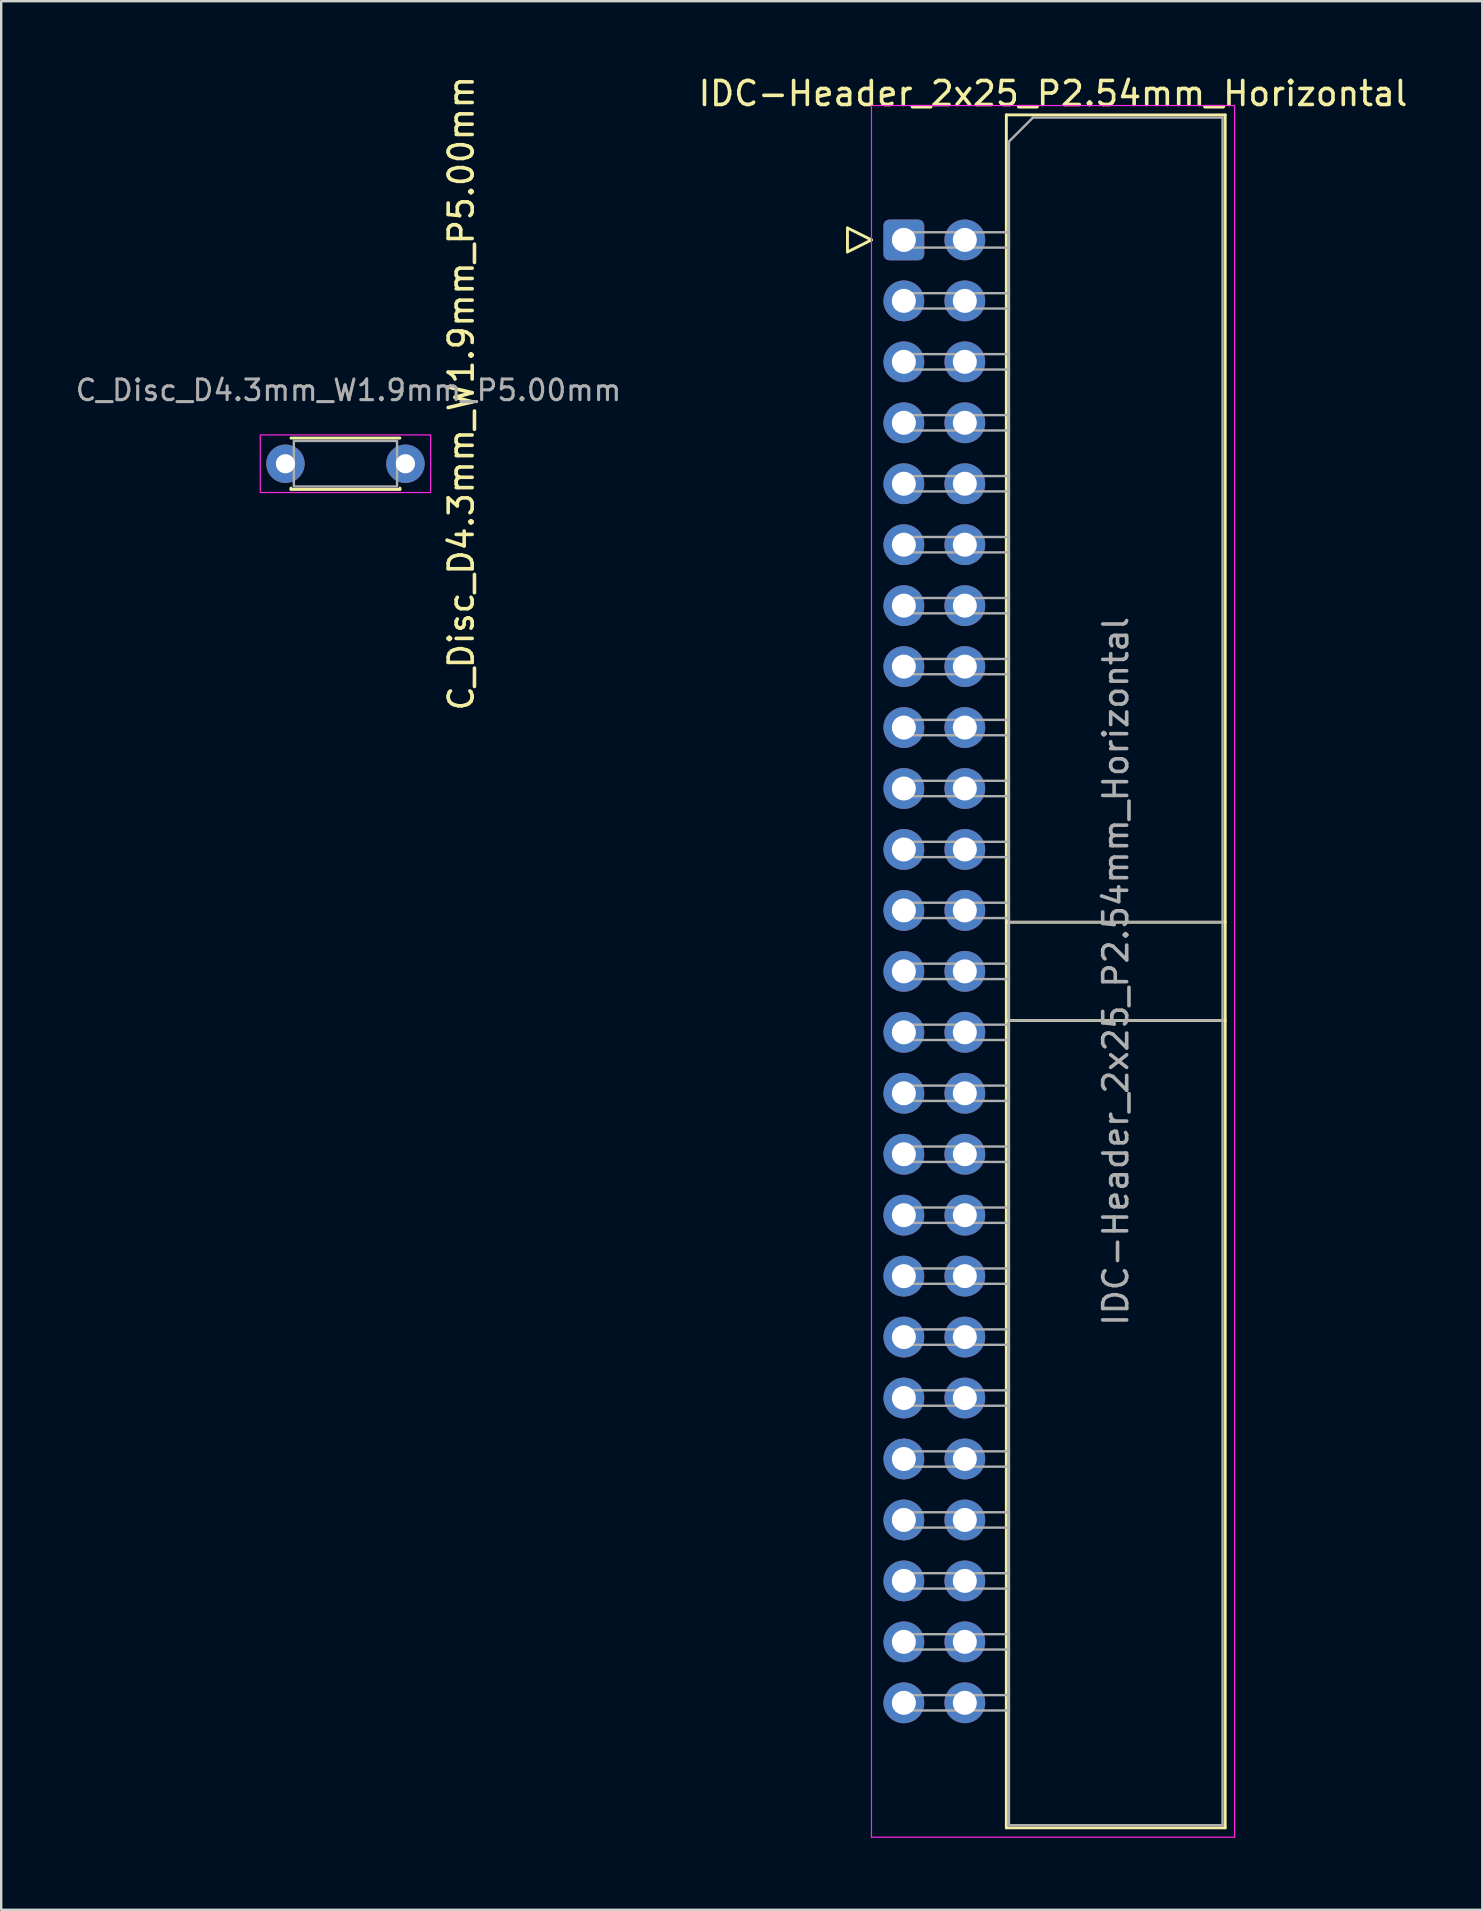
<source format=kicad_pcb>
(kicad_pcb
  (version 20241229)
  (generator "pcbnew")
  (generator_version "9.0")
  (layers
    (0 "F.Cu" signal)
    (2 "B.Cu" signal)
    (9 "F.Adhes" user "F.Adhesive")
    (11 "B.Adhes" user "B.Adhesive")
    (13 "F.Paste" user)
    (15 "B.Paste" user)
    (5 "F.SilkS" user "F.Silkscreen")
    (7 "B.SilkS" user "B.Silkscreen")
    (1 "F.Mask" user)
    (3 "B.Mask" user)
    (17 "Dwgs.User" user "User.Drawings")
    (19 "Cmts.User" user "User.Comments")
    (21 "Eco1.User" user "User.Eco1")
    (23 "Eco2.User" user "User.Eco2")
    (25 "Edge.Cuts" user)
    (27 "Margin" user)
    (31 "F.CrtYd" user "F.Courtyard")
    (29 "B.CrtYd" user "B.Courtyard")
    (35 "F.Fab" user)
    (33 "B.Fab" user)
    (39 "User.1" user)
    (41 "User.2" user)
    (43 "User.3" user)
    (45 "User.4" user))
  (footprint "IDC-Header_2x25_P2.54mm_Horizontal"
    (layer "F.Cu")
    (at 34.615 6.948)
    (property "Reference" "IDC-Header_2x25_P2.54mm_Horizontal" (at 6.215 -6.1 0) (layer "F.SilkS") (effects (font (size 1 1) (thickness 0.15))))
    (attr through_hole)
    (fp_line (start -2.35 -0.5) (end -2.35 0.5) (stroke (width 0.12) (type solid)) (layer "F.SilkS"))
    (fp_line (start -2.35 0.5) (end -1.35 0) (stroke (width 0.12) (type solid)) (layer "F.SilkS"))
    (fp_line (start -1.35 0) (end -2.35 -0.5) (stroke (width 0.12) (type solid)) (layer "F.SilkS"))
    (fp_line (start 4.27 -5.21) (end 13.39 -5.21) (stroke (width 0.12) (type solid)) (layer "F.SilkS"))
    (fp_line (start 4.27 28.43) (end 13.39 28.43) (stroke (width 0.12) (type solid)) (layer "F.SilkS"))
    (fp_line (start 4.27 32.53) (end 13.39 32.53) (stroke (width 0.12) (type solid)) (layer "F.SilkS"))
    (fp_line (start 4.27 66.17) (end 4.27 -5.21) (stroke (width 0.12) (type solid)) (layer "F.SilkS"))
    (fp_line (start 13.39 -5.21) (end 13.39 66.17) (stroke (width 0.12) (type solid)) (layer "F.SilkS"))
    (fp_line (start 13.39 66.17) (end 4.27 66.17) (stroke (width 0.12) (type solid)) (layer "F.SilkS"))
    (fp_line (start -1.35 -5.6) (end -1.35 66.56) (stroke (width 0.05) (type solid)) (layer "F.CrtYd"))
    (fp_line (start -1.35 66.56) (end 13.78 66.56) (stroke (width 0.05) (type solid)) (layer "F.CrtYd"))
    (fp_line (start 13.78 -5.6) (end -1.35 -5.6) (stroke (width 0.05) (type solid)) (layer "F.CrtYd"))
    (fp_line (start 13.78 66.56) (end 13.78 -5.6) (stroke (width 0.05) (type solid)) (layer "F.CrtYd"))
    (fp_line (start -0.32 -0.32) (end -0.32 0.32) (stroke (width 0.1) (type solid)) (layer "F.Fab"))
    (fp_line (start -0.32 0.32) (end 4.38 0.32) (stroke (width 0.1) (type solid)) (layer "F.Fab"))
    (fp_line (start -0.32 2.22) (end -0.32 2.86) (stroke (width 0.1) (type solid)) (layer "F.Fab"))
    (fp_line (start -0.32 2.86) (end 4.38 2.86) (stroke (width 0.1) (type solid)) (layer "F.Fab"))
    (fp_line (start -0.32 4.76) (end -0.32 5.4) (stroke (width 0.1) (type solid)) (layer "F.Fab"))
    (fp_line (start -0.32 5.4) (end 4.38 5.4) (stroke (width 0.1) (type solid)) (layer "F.Fab"))
    (fp_line (start -0.32 7.3) (end -0.32 7.94) (stroke (width 0.1) (type solid)) (layer "F.Fab"))
    (fp_line (start -0.32 7.94) (end 4.38 7.94) (stroke (width 0.1) (type solid)) (layer "F.Fab"))
    (fp_line (start -0.32 9.84) (end -0.32 10.48) (stroke (width 0.1) (type solid)) (layer "F.Fab"))
    (fp_line (start -0.32 10.48) (end 4.38 10.48) (stroke (width 0.1) (type solid)) (layer "F.Fab"))
    (fp_line (start -0.32 12.38) (end -0.32 13.02) (stroke (width 0.1) (type solid)) (layer "F.Fab"))
    (fp_line (start -0.32 13.02) (end 4.38 13.02) (stroke (width 0.1) (type solid)) (layer "F.Fab"))
    (fp_line (start -0.32 14.92) (end -0.32 15.56) (stroke (width 0.1) (type solid)) (layer "F.Fab"))
    (fp_line (start -0.32 15.56) (end 4.38 15.56) (stroke (width 0.1) (type solid)) (layer "F.Fab"))
    (fp_line (start -0.32 17.46) (end -0.32 18.1) (stroke (width 0.1) (type solid)) (layer "F.Fab"))
    (fp_line (start -0.32 18.1) (end 4.38 18.1) (stroke (width 0.1) (type solid)) (layer "F.Fab"))
    (fp_line (start -0.32 20) (end -0.32 20.64) (stroke (width 0.1) (type solid)) (layer "F.Fab"))
    (fp_line (start -0.32 20.64) (end 4.38 20.64) (stroke (width 0.1) (type solid)) (layer "F.Fab"))
    (fp_line (start -0.32 22.54) (end -0.32 23.18) (stroke (width 0.1) (type solid)) (layer "F.Fab"))
    (fp_line (start -0.32 23.18) (end 4.38 23.18) (stroke (width 0.1) (type solid)) (layer "F.Fab"))
    (fp_line (start -0.32 25.08) (end -0.32 25.72) (stroke (width 0.1) (type solid)) (layer "F.Fab"))
    (fp_line (start -0.32 25.72) (end 4.38 25.72) (stroke (width 0.1) (type solid)) (layer "F.Fab"))
    (fp_line (start -0.32 27.62) (end -0.32 28.26) (stroke (width 0.1) (type solid)) (layer "F.Fab"))
    (fp_line (start -0.32 28.26) (end 4.38 28.26) (stroke (width 0.1) (type solid)) (layer "F.Fab"))
    (fp_line (start -0.32 30.16) (end -0.32 30.8) (stroke (width 0.1) (type solid)) (layer "F.Fab"))
    (fp_line (start -0.32 30.8) (end 4.38 30.8) (stroke (width 0.1) (type solid)) (layer "F.Fab"))
    (fp_line (start -0.32 32.7) (end -0.32 33.34) (stroke (width 0.1) (type solid)) (layer "F.Fab"))
    (fp_line (start -0.32 33.34) (end 4.38 33.34) (stroke (width 0.1) (type solid)) (layer "F.Fab"))
    (fp_line (start -0.32 35.24) (end -0.32 35.88) (stroke (width 0.1) (type solid)) (layer "F.Fab"))
    (fp_line (start -0.32 35.88) (end 4.38 35.88) (stroke (width 0.1) (type solid)) (layer "F.Fab"))
    (fp_line (start -0.32 37.78) (end -0.32 38.42) (stroke (width 0.1) (type solid)) (layer "F.Fab"))
    (fp_line (start -0.32 38.42) (end 4.38 38.42) (stroke (width 0.1) (type solid)) (layer "F.Fab"))
    (fp_line (start -0.32 40.32) (end -0.32 40.96) (stroke (width 0.1) (type solid)) (layer "F.Fab"))
    (fp_line (start -0.32 40.96) (end 4.38 40.96) (stroke (width 0.1) (type solid)) (layer "F.Fab"))
    (fp_line (start -0.32 42.86) (end -0.32 43.5) (stroke (width 0.1) (type solid)) (layer "F.Fab"))
    (fp_line (start -0.32 43.5) (end 4.38 43.5) (stroke (width 0.1) (type solid)) (layer "F.Fab"))
    (fp_line (start -0.32 45.4) (end -0.32 46.04) (stroke (width 0.1) (type solid)) (layer "F.Fab"))
    (fp_line (start -0.32 46.04) (end 4.38 46.04) (stroke (width 0.1) (type solid)) (layer "F.Fab"))
    (fp_line (start -0.32 47.94) (end -0.32 48.58) (stroke (width 0.1) (type solid)) (layer "F.Fab"))
    (fp_line (start -0.32 48.58) (end 4.38 48.58) (stroke (width 0.1) (type solid)) (layer "F.Fab"))
    (fp_line (start -0.32 50.48) (end -0.32 51.12) (stroke (width 0.1) (type solid)) (layer "F.Fab"))
    (fp_line (start -0.32 51.12) (end 4.38 51.12) (stroke (width 0.1) (type solid)) (layer "F.Fab"))
    (fp_line (start -0.32 53.02) (end -0.32 53.66) (stroke (width 0.1) (type solid)) (layer "F.Fab"))
    (fp_line (start -0.32 53.66) (end 4.38 53.66) (stroke (width 0.1) (type solid)) (layer "F.Fab"))
    (fp_line (start -0.32 55.56) (end -0.32 56.2) (stroke (width 0.1) (type solid)) (layer "F.Fab"))
    (fp_line (start -0.32 56.2) (end 4.38 56.2) (stroke (width 0.1) (type solid)) (layer "F.Fab"))
    (fp_line (start -0.32 58.1) (end -0.32 58.74) (stroke (width 0.1) (type solid)) (layer "F.Fab"))
    (fp_line (start -0.32 58.74) (end 4.38 58.74) (stroke (width 0.1) (type solid)) (layer "F.Fab"))
    (fp_line (start -0.32 60.64) (end -0.32 61.28) (stroke (width 0.1) (type solid)) (layer "F.Fab"))
    (fp_line (start -0.32 61.28) (end 4.38 61.28) (stroke (width 0.1) (type solid)) (layer "F.Fab"))
    (fp_line (start 4.38 -4.1) (end 5.38 -5.1) (stroke (width 0.1) (type solid)) (layer "F.Fab"))
    (fp_line (start 4.38 -0.32) (end -0.32 -0.32) (stroke (width 0.1) (type solid)) (layer "F.Fab"))
    (fp_line (start 4.38 2.22) (end -0.32 2.22) (stroke (width 0.1) (type solid)) (layer "F.Fab"))
    (fp_line (start 4.38 4.76) (end -0.32 4.76) (stroke (width 0.1) (type solid)) (layer "F.Fab"))
    (fp_line (start 4.38 7.3) (end -0.32 7.3) (stroke (width 0.1) (type solid)) (layer "F.Fab"))
    (fp_line (start 4.38 9.84) (end -0.32 9.84) (stroke (width 0.1) (type solid)) (layer "F.Fab"))
    (fp_line (start 4.38 12.38) (end -0.32 12.38) (stroke (width 0.1) (type solid)) (layer "F.Fab"))
    (fp_line (start 4.38 14.92) (end -0.32 14.92) (stroke (width 0.1) (type solid)) (layer "F.Fab"))
    (fp_line (start 4.38 17.46) (end -0.32 17.46) (stroke (width 0.1) (type solid)) (layer "F.Fab"))
    (fp_line (start 4.38 20) (end -0.32 20) (stroke (width 0.1) (type solid)) (layer "F.Fab"))
    (fp_line (start 4.38 22.54) (end -0.32 22.54) (stroke (width 0.1) (type solid)) (layer "F.Fab"))
    (fp_line (start 4.38 25.08) (end -0.32 25.08) (stroke (width 0.1) (type solid)) (layer "F.Fab"))
    (fp_line (start 4.38 27.62) (end -0.32 27.62) (stroke (width 0.1) (type solid)) (layer "F.Fab"))
    (fp_line (start 4.38 28.43) (end 13.28 28.43) (stroke (width 0.1) (type solid)) (layer "F.Fab"))
    (fp_line (start 4.38 30.16) (end -0.32 30.16) (stroke (width 0.1) (type solid)) (layer "F.Fab"))
    (fp_line (start 4.38 32.53) (end 13.28 32.53) (stroke (width 0.1) (type solid)) (layer "F.Fab"))
    (fp_line (start 4.38 32.7) (end -0.32 32.7) (stroke (width 0.1) (type solid)) (layer "F.Fab"))
    (fp_line (start 4.38 35.24) (end -0.32 35.24) (stroke (width 0.1) (type solid)) (layer "F.Fab"))
    (fp_line (start 4.38 37.78) (end -0.32 37.78) (stroke (width 0.1) (type solid)) (layer "F.Fab"))
    (fp_line (start 4.38 40.32) (end -0.32 40.32) (stroke (width 0.1) (type solid)) (layer "F.Fab"))
    (fp_line (start 4.38 42.86) (end -0.32 42.86) (stroke (width 0.1) (type solid)) (layer "F.Fab"))
    (fp_line (start 4.38 45.4) (end -0.32 45.4) (stroke (width 0.1) (type solid)) (layer "F.Fab"))
    (fp_line (start 4.38 47.94) (end -0.32 47.94) (stroke (width 0.1) (type solid)) (layer "F.Fab"))
    (fp_line (start 4.38 50.48) (end -0.32 50.48) (stroke (width 0.1) (type solid)) (layer "F.Fab"))
    (fp_line (start 4.38 53.02) (end -0.32 53.02) (stroke (width 0.1) (type solid)) (layer "F.Fab"))
    (fp_line (start 4.38 55.56) (end -0.32 55.56) (stroke (width 0.1) (type solid)) (layer "F.Fab"))
    (fp_line (start 4.38 58.1) (end -0.32 58.1) (stroke (width 0.1) (type solid)) (layer "F.Fab"))
    (fp_line (start 4.38 60.64) (end -0.32 60.64) (stroke (width 0.1) (type solid)) (layer "F.Fab"))
    (fp_line (start 4.38 66.06) (end 4.38 -4.1) (stroke (width 0.1) (type solid)) (layer "F.Fab"))
    (fp_line (start 5.38 -5.1) (end 13.28 -5.1) (stroke (width 0.1) (type solid)) (layer "F.Fab"))
    (fp_line (start 13.28 -5.1) (end 13.28 66.06) (stroke (width 0.1) (type solid)) (layer "F.Fab"))
    (fp_line (start 13.28 66.06) (end 4.38 66.06) (stroke (width 0.1) (type solid)) (layer "F.Fab"))
    (fp_text user "${REFERENCE}" (at 8.83 30.48 270) (layer "F.Fab") (effects (font (size 1 1) (thickness 0.15))))
    (pad "1" thru_hole roundrect (at 0 0) (size 1.7 1.7) (drill 1) (layers "*.Cu" "*.Mask") (roundrect_rratio 0.147))
    (pad "2" thru_hole circle (at 2.54 0) (size 1.7 1.7) (drill 1) (layers "*.Cu" "*.Mask"))
    (pad "3" thru_hole circle (at 0 2.54) (size 1.7 1.7) (drill 1) (layers "*.Cu" "*.Mask"))
    (pad "4" thru_hole circle (at 2.54 2.54) (size 1.7 1.7) (drill 1) (layers "*.Cu" "*.Mask"))
    (pad "5" thru_hole circle (at 0 5.08) (size 1.7 1.7) (drill 1) (layers "*.Cu" "*.Mask"))
    (pad "6" thru_hole circle (at 2.54 5.08) (size 1.7 1.7) (drill 1) (layers "*.Cu" "*.Mask"))
    (pad "7" thru_hole circle (at 0 7.62) (size 1.7 1.7) (drill 1) (layers "*.Cu" "*.Mask"))
    (pad "8" thru_hole circle (at 2.54 7.62) (size 1.7 1.7) (drill 1) (layers "*.Cu" "*.Mask"))
    (pad "9" thru_hole circle (at 0 10.16) (size 1.7 1.7) (drill 1) (layers "*.Cu" "*.Mask"))
    (pad "10" thru_hole circle (at 2.54 10.16) (size 1.7 1.7) (drill 1) (layers "*.Cu" "*.Mask"))
    (pad "11" thru_hole circle (at 0 12.7) (size 1.7 1.7) (drill 1) (layers "*.Cu" "*.Mask"))
    (pad "12" thru_hole circle (at 2.54 12.7) (size 1.7 1.7) (drill 1) (layers "*.Cu" "*.Mask"))
    (pad "13" thru_hole circle (at 0 15.24) (size 1.7 1.7) (drill 1) (layers "*.Cu" "*.Mask"))
    (pad "14" thru_hole circle (at 2.54 15.24) (size 1.7 1.7) (drill 1) (layers "*.Cu" "*.Mask"))
    (pad "15" thru_hole circle (at 0 17.78) (size 1.7 1.7) (drill 1) (layers "*.Cu" "*.Mask"))
    (pad "16" thru_hole circle (at 2.54 17.78) (size 1.7 1.7) (drill 1) (layers "*.Cu" "*.Mask"))
    (pad "17" thru_hole circle (at 0 20.32) (size 1.7 1.7) (drill 1) (layers "*.Cu" "*.Mask"))
    (pad "18" thru_hole circle (at 2.54 20.32) (size 1.7 1.7) (drill 1) (layers "*.Cu" "*.Mask"))
    (pad "19" thru_hole circle (at 0 22.86) (size 1.7 1.7) (drill 1) (layers "*.Cu" "*.Mask"))
    (pad "20" thru_hole circle (at 2.54 22.86) (size 1.7 1.7) (drill 1) (layers "*.Cu" "*.Mask"))
    (pad "21" thru_hole circle (at 0 25.4) (size 1.7 1.7) (drill 1) (layers "*.Cu" "*.Mask"))
    (pad "22" thru_hole circle (at 2.54 25.4) (size 1.7 1.7) (drill 1) (layers "*.Cu" "*.Mask"))
    (pad "23" thru_hole circle (at 0 27.94) (size 1.7 1.7) (drill 1) (layers "*.Cu" "*.Mask"))
    (pad "24" thru_hole circle (at 2.54 27.94) (size 1.7 1.7) (drill 1) (layers "*.Cu" "*.Mask"))
    (pad "25" thru_hole circle (at 0 30.48) (size 1.7 1.7) (drill 1) (layers "*.Cu" "*.Mask"))
    (pad "26" thru_hole circle (at 2.54 30.48) (size 1.7 1.7) (drill 1) (layers "*.Cu" "*.Mask"))
    (pad "27" thru_hole circle (at 0 33.02) (size 1.7 1.7) (drill 1) (layers "*.Cu" "*.Mask"))
    (pad "28" thru_hole circle (at 2.54 33.02) (size 1.7 1.7) (drill 1) (layers "*.Cu" "*.Mask"))
    (pad "29" thru_hole circle (at 0 35.56) (size 1.7 1.7) (drill 1) (layers "*.Cu" "*.Mask"))
    (pad "30" thru_hole circle (at 2.54 35.56) (size 1.7 1.7) (drill 1) (layers "*.Cu" "*.Mask"))
    (pad "31" thru_hole circle (at 0 38.1) (size 1.7 1.7) (drill 1) (layers "*.Cu" "*.Mask"))
    (pad "32" thru_hole circle (at 2.54 38.1) (size 1.7 1.7) (drill 1) (layers "*.Cu" "*.Mask"))
    (pad "33" thru_hole circle (at 0 40.64) (size 1.7 1.7) (drill 1) (layers "*.Cu" "*.Mask"))
    (pad "34" thru_hole circle (at 2.54 40.64) (size 1.7 1.7) (drill 1) (layers "*.Cu" "*.Mask"))
    (pad "35" thru_hole circle (at 0 43.18) (size 1.7 1.7) (drill 1) (layers "*.Cu" "*.Mask"))
    (pad "36" thru_hole circle (at 2.54 43.18) (size 1.7 1.7) (drill 1) (layers "*.Cu" "*.Mask"))
    (pad "37" thru_hole circle (at 0 45.72) (size 1.7 1.7) (drill 1) (layers "*.Cu" "*.Mask"))
    (pad "38" thru_hole circle (at 2.54 45.72) (size 1.7 1.7) (drill 1) (layers "*.Cu" "*.Mask"))
    (pad "39" thru_hole circle (at 0 48.26) (size 1.7 1.7) (drill 1) (layers "*.Cu" "*.Mask"))
    (pad "40" thru_hole circle (at 2.54 48.26) (size 1.7 1.7) (drill 1) (layers "*.Cu" "*.Mask"))
    (pad "41" thru_hole circle (at 0 50.8) (size 1.7 1.7) (drill 1) (layers "*.Cu" "*.Mask"))
    (pad "42" thru_hole circle (at 2.54 50.8) (size 1.7 1.7) (drill 1) (layers "*.Cu" "*.Mask"))
    (pad "43" thru_hole circle (at 0 53.34) (size 1.7 1.7) (drill 1) (layers "*.Cu" "*.Mask"))
    (pad "44" thru_hole circle (at 2.54 53.34) (size 1.7 1.7) (drill 1) (layers "*.Cu" "*.Mask"))
    (pad "45" thru_hole circle (at 0 55.88) (size 1.7 1.7) (drill 1) (layers "*.Cu" "*.Mask"))
    (pad "46" thru_hole circle (at 2.54 55.88) (size 1.7 1.7) (drill 1) (layers "*.Cu" "*.Mask"))
    (pad "47" thru_hole circle (at 0 58.42) (size 1.7 1.7) (drill 1) (layers "*.Cu" "*.Mask"))
    (pad "48" thru_hole circle (at 2.54 58.42) (size 1.7 1.7) (drill 1) (layers "*.Cu" "*.Mask"))
    (pad "49" thru_hole circle (at 0 60.96) (size 1.7 1.7) (drill 1) (layers "*.Cu" "*.Mask"))
    (pad "50" thru_hole circle (at 2.54 60.96) (size 1.7 1.7) (drill 1) (layers "*.Cu" "*.Mask")))
  (footprint "C_Disc_D4.3mm_W1.9mm_P5.00mm"
    (layer "F.Cu")
    (at 8.845 16.275)
    (property "Reference" "C_Disc_D4.3mm_W1.9mm_P5.00mm" (at 7.326 -2.936 90) (layer "F.SilkS") (effects (font (size 1 1) (thickness 0.15))))
    (attr through_hole)
    (fp_line (start 0.23 -1.07) (end 4.77 -1.07) (stroke (width 0.12) (type solid)) (layer "F.SilkS"))
    (fp_line (start 0.23 1.014) (end 0.23 1.07) (stroke (width 0.12) (type solid)) (layer "F.SilkS"))
    (fp_line (start 0.23 1.07) (end 4.77 1.07) (stroke (width 0.12) (type solid)) (layer "F.SilkS"))
    (fp_line (start 4.77 1.014) (end 4.77 1.07) (stroke (width 0.12) (type solid)) (layer "F.SilkS"))
    (fp_rect (start -1.05 -1.2) (end 6.05 1.2) (stroke (width 0.05) (type solid)) (fill no) (layer "F.CrtYd"))
    (fp_rect (start 0.35 -0.95) (end 4.65 0.95) (stroke (width 0.1) (type solid)) (fill no) (layer "F.Fab"))
    (fp_text user "${REFERENCE}" (at 2.627 -3.063 180) (layer "F.Fab") (effects (font (size 0.86 0.86) (thickness 0.129))))
    (pad "1" thru_hole circle (at 0 0) (size 1.6 1.6) (drill 0.8) (layers "*.Cu" "*.Mask"))
    (pad "2" thru_hole circle (at 5 0) (size 1.6 1.6) (drill 0.8) (layers "*.Cu" "*.Mask")))
  (gr_rect
    (start -3 -3)
    (end 58.717 76.533)
    (stroke (width 0.1) (type default))
    (fill no)
    (layer "Edge.Cuts")))
</source>
